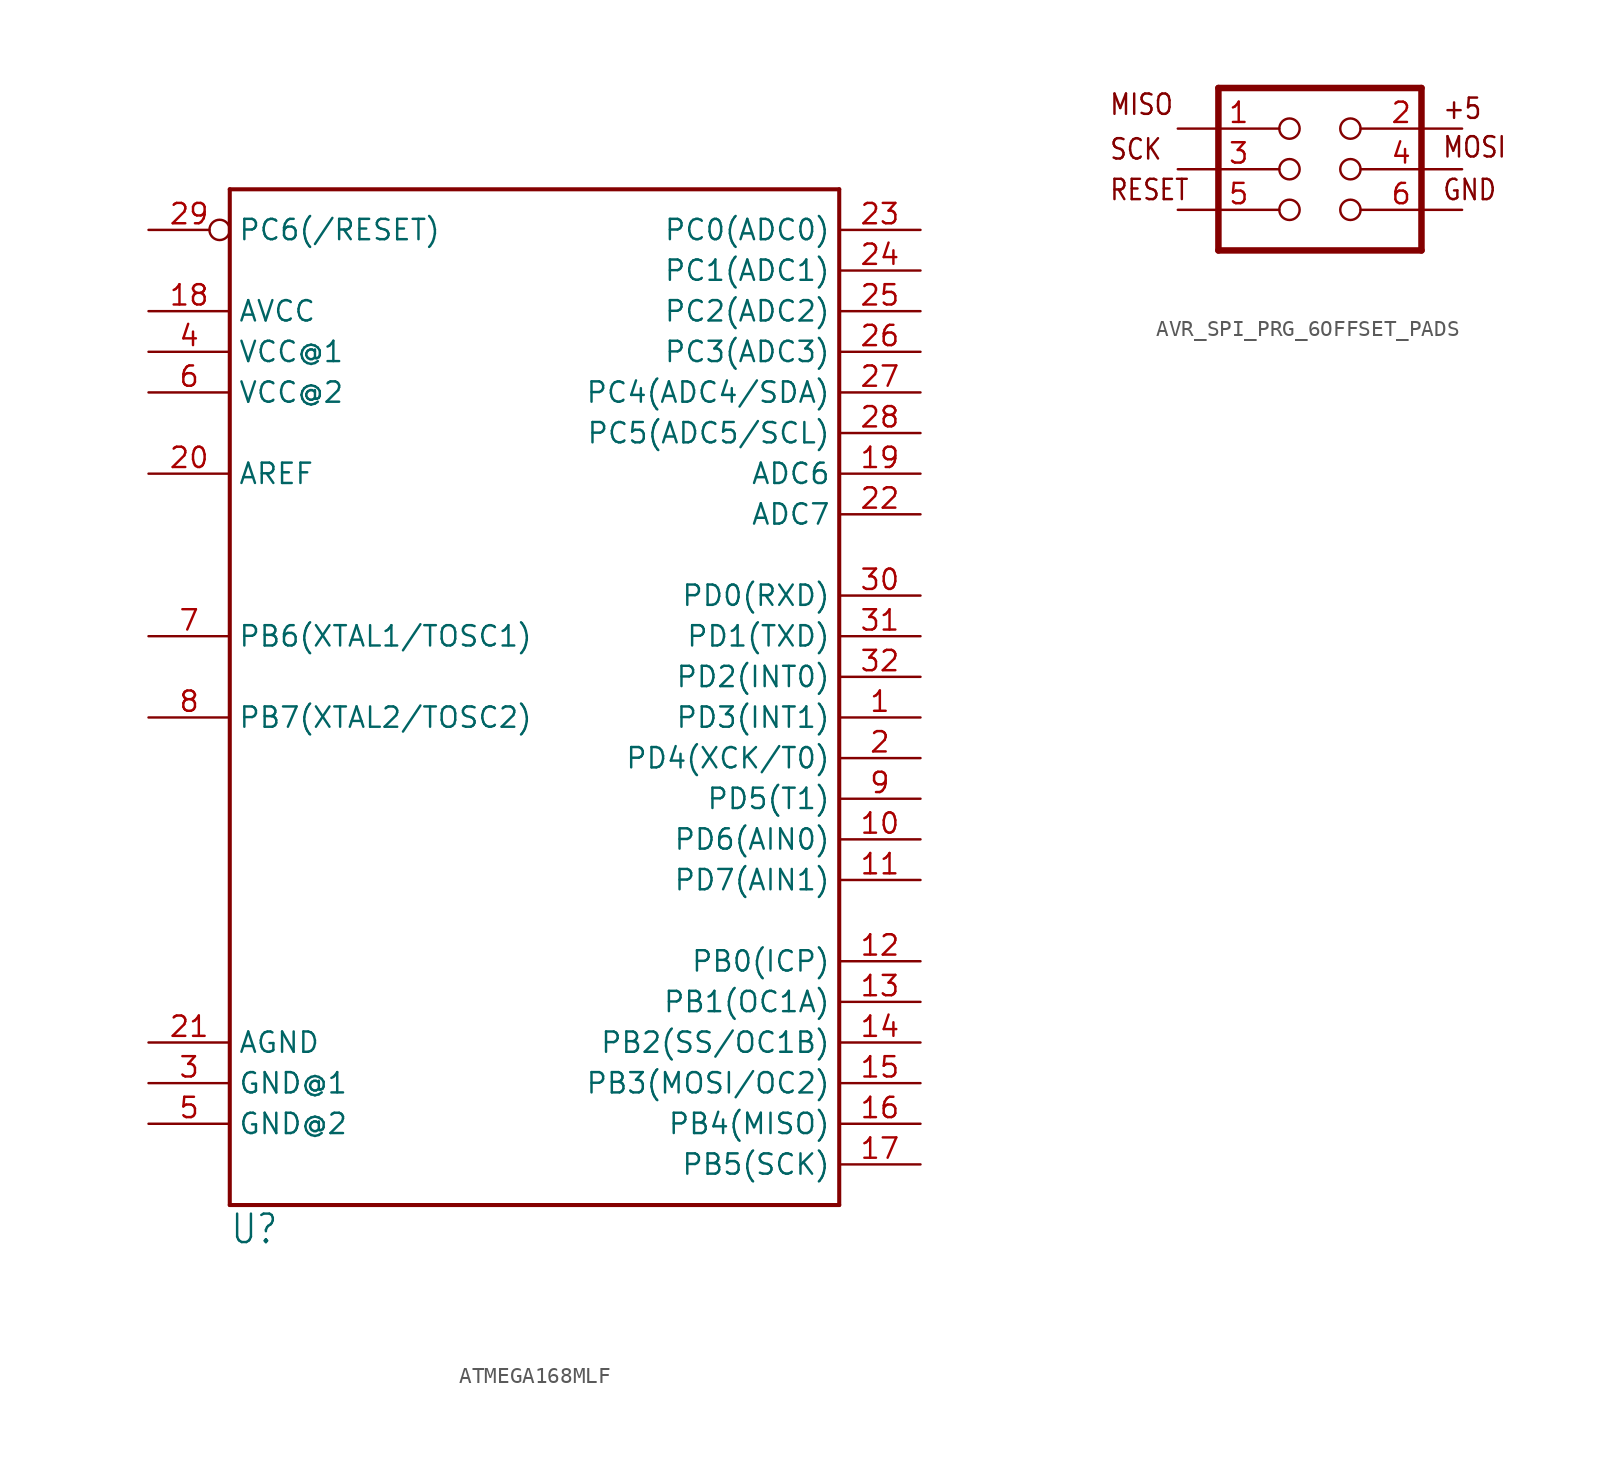
<source format=kicad_sym>
(kicad_symbol_lib
  (version 20220914)
  (generator kicad_symbol_editor)
  (symbol "ATMEGA168MLF"
    (property "Reference" "U"
      (at -17.78 -38.1 0)
      (effects (font (size 1.778 1.511)) (justify left bottom)))
    (property "Value" ""
      (at -17.78 28.448 0)
      (effects (font (size 1.778 1.511)) (justify left bottom)))
    (property "ki_locked" ""
      (at 0 0 0)
      (effects (font (size 1.27 1.27))))
    (symbol "ATMEGA168MLF_1_0"
      (polyline (pts (xy -17.78 -35.56) (xy -17.78 27.94)) (stroke (width 0.254) (type solid)) (fill (type none)))
      (polyline (pts (xy -17.78 27.94) (xy 20.32 27.94)) (stroke (width 0.254) (type solid)) (fill (type none)))
      (polyline (pts (xy 20.32 -35.56) (xy -17.78 -35.56)) (stroke (width 0.254) (type solid)) (fill (type none)))
      (polyline (pts (xy 20.32 27.94) (xy 20.32 -35.56)) (stroke (width 0.254) (type solid)) (fill (type none)))
      (pin bidirectional line (at 25.4 -5.08 180) (length 5.08) (name "PD3(INT1)" (effects (font (size 1.27 1.27)))) (number "1" (effects (font (size 1.27 1.27)))))
      (pin bidirectional line (at 25.4 -12.7 180) (length 5.08) (name "PD6(AIN0)" (effects (font (size 1.27 1.27)))) (number "10" (effects (font (size 1.27 1.27)))))
      (pin bidirectional line (at 25.4 -15.24 180) (length 5.08) (name "PD7(AIN1)" (effects (font (size 1.27 1.27)))) (number "11" (effects (font (size 1.27 1.27)))))
      (pin bidirectional line (at 25.4 -20.32 180) (length 5.08) (name "PB0(ICP)" (effects (font (size 1.27 1.27)))) (number "12" (effects (font (size 1.27 1.27)))))
      (pin bidirectional line (at 25.4 -22.86 180) (length 5.08) (name "PB1(OC1A)" (effects (font (size 1.27 1.27)))) (number "13" (effects (font (size 1.27 1.27)))))
      (pin bidirectional line (at 25.4 -25.4 180) (length 5.08) (name "PB2(SS/OC1B)" (effects (font (size 1.27 1.27)))) (number "14" (effects (font (size 1.27 1.27)))))
      (pin bidirectional line (at 25.4 -27.94 180) (length 5.08) (name "PB3(MOSI/OC2)" (effects (font (size 1.27 1.27)))) (number "15" (effects (font (size 1.27 1.27)))))
      (pin bidirectional line (at 25.4 -30.48 180) (length 5.08) (name "PB4(MISO)" (effects (font (size 1.27 1.27)))) (number "16" (effects (font (size 1.27 1.27)))))
      (pin bidirectional line (at 25.4 -33.02 180) (length 5.08) (name "PB5(SCK)" (effects (font (size 1.27 1.27)))) (number "17" (effects (font (size 1.27 1.27)))))
      (pin bidirectional line (at -22.86 20.32 0) (length 5.08) (name "AVCC" (effects (font (size 1.27 1.27)))) (number "18" (effects (font (size 1.27 1.27)))))
      (pin bidirectional line (at 25.4 10.16 180) (length 5.08) (name "ADC6" (effects (font (size 1.27 1.27)))) (number "19" (effects (font (size 1.27 1.27)))))
      (pin bidirectional line (at 25.4 -7.62 180) (length 5.08) (name "PD4(XCK/T0)" (effects (font (size 1.27 1.27)))) (number "2" (effects (font (size 1.27 1.27)))))
      (pin bidirectional line (at -22.86 10.16 0) (length 5.08) (name "AREF" (effects (font (size 1.27 1.27)))) (number "20" (effects (font (size 1.27 1.27)))))
      (pin bidirectional line (at -22.86 -25.4 0) (length 5.08) (name "AGND" (effects (font (size 1.27 1.27)))) (number "21" (effects (font (size 1.27 1.27)))))
      (pin bidirectional line (at 25.4 7.62 180) (length 5.08) (name "ADC7" (effects (font (size 1.27 1.27)))) (number "22" (effects (font (size 1.27 1.27)))))
      (pin bidirectional line (at 25.4 25.4 180) (length 5.08) (name "PC0(ADC0)" (effects (font (size 1.27 1.27)))) (number "23" (effects (font (size 1.27 1.27)))))
      (pin bidirectional line (at 25.4 22.86 180) (length 5.08) (name "PC1(ADC1)" (effects (font (size 1.27 1.27)))) (number "24" (effects (font (size 1.27 1.27)))))
      (pin bidirectional line (at 25.4 20.32 180) (length 5.08) (name "PC2(ADC2)" (effects (font (size 1.27 1.27)))) (number "25" (effects (font (size 1.27 1.27)))))
      (pin bidirectional line (at 25.4 17.78 180) (length 5.08) (name "PC3(ADC3)" (effects (font (size 1.27 1.27)))) (number "26" (effects (font (size 1.27 1.27)))))
      (pin bidirectional line (at 25.4 15.24 180) (length 5.08) (name "PC4(ADC4/SDA)" (effects (font (size 1.27 1.27)))) (number "27" (effects (font (size 1.27 1.27)))))
      (pin bidirectional line (at 25.4 12.7 180) (length 5.08) (name "PC5(ADC5/SCL)" (effects (font (size 1.27 1.27)))) (number "28" (effects (font (size 1.27 1.27)))))
      (pin bidirectional inverted (at -22.86 25.4 0) (length 5.08) (name "PC6(/RESET)" (effects (font (size 1.27 1.27)))) (number "29" (effects (font (size 1.27 1.27)))))
      (pin bidirectional line (at -22.86 -27.94 0) (length 5.08) (name "GND@1" (effects (font (size 1.27 1.27)))) (number "3" (effects (font (size 1.27 1.27)))))
      (pin bidirectional line (at 25.4 2.54 180) (length 5.08) (name "PD0(RXD)" (effects (font (size 1.27 1.27)))) (number "30" (effects (font (size 1.27 1.27)))))
      (pin bidirectional line (at 25.4 0 180) (length 5.08) (name "PD1(TXD)" (effects (font (size 1.27 1.27)))) (number "31" (effects (font (size 1.27 1.27)))))
      (pin bidirectional line (at 25.4 -2.54 180) (length 5.08) (name "PD2(INT0)" (effects (font (size 1.27 1.27)))) (number "32" (effects (font (size 1.27 1.27)))))
      (pin bidirectional line (at -22.86 17.78 0) (length 5.08) (name "VCC@1" (effects (font (size 1.27 1.27)))) (number "4" (effects (font (size 1.27 1.27)))))
      (pin bidirectional line (at -22.86 -30.48 0) (length 5.08) (name "GND@2" (effects (font (size 1.27 1.27)))) (number "5" (effects (font (size 1.27 1.27)))))
      (pin bidirectional line (at -22.86 15.24 0) (length 5.08) (name "VCC@2" (effects (font (size 1.27 1.27)))) (number "6" (effects (font (size 1.27 1.27)))))
      (pin bidirectional line (at -22.86 0 0) (length 5.08) (name "PB6(XTAL1/TOSC1)" (effects (font (size 1.27 1.27)))) (number "7" (effects (font (size 1.27 1.27)))))
      (pin bidirectional line (at -22.86 -5.08 0) (length 5.08) (name "PB7(XTAL2/TOSC2)" (effects (font (size 1.27 1.27)))) (number "8" (effects (font (size 1.27 1.27)))))
      (pin bidirectional line (at 25.4 -10.16 180) (length 5.08) (name "PD5(T1)" (effects (font (size 1.27 1.27)))) (number "9" (effects (font (size 1.27 1.27)))))))
  (symbol "AVR_SPI_PRG_6OFFSET_PADS"
    (property "Reference" ""
      (at -4.318 5.842 0)
      (effects (font (size 1.778 1.511)) (justify left bottom) hide))
    (property "Value" ""
      (at -4.064 -7.62 0)
      (effects (font (size 1.778 1.511)) (justify left bottom)))
    (property "ki_locked" ""
      (at 0 0 0)
      (effects (font (size 1.27 1.27))))
    (symbol "AVR_SPI_PRG_6OFFSET_PADS_1_0"
      (polyline (pts (xy -5.08 -5.08) (xy 7.62 -5.08)) (stroke (width 0.406) (type solid)) (fill (type none)))
      (polyline (pts (xy -5.08 5.08) (xy -5.08 -5.08)) (stroke (width 0.406) (type solid)) (fill (type none)))
      (polyline (pts (xy 7.62 -5.08) (xy 7.62 5.08)) (stroke (width 0.406) (type solid)) (fill (type none)))
      (polyline (pts (xy 7.62 5.08) (xy -5.08 5.08)) (stroke (width 0.406) (type solid)) (fill (type none)))
      (text "+5" (at 8.89 3.048 0) (effects (font (size 1.27 1.079)) (justify left bottom)))
      (text "GND" (at 8.89 -2.032 0) (effects (font (size 1.27 1.079)) (justify left bottom)))
      (text "MISO" (at -11.938 3.302 0) (effects (font (size 1.27 1.079)) (justify left bottom)))
      (text "MOSI" (at 8.89 0.635 0) (effects (font (size 1.27 1.079)) (justify left bottom)))
      (text "RESET" (at -11.938 -2.032 0) (effects (font (size 1.27 1.079)) (justify left bottom)))
      (text "SCK" (at -11.938 0.508 0) (effects (font (size 1.27 1.079)) (justify left bottom)))
      (pin passive inverted (at -7.62 2.54 0) (length 7.62) (name "1" (effects (font (size 0 0)))) (number "1" (effects (font (size 1.27 1.27)))))
      (pin passive inverted (at 10.16 2.54 180) (length 7.62) (name "2" (effects (font (size 0 0)))) (number "2" (effects (font (size 1.27 1.27)))))
      (pin passive inverted (at -7.62 0 0) (length 7.62) (name "3" (effects (font (size 0 0)))) (number "3" (effects (font (size 1.27 1.27)))))
      (pin passive inverted (at 10.16 0 180) (length 7.62) (name "4" (effects (font (size 0 0)))) (number "4" (effects (font (size 1.27 1.27)))))
      (pin passive inverted (at -7.62 -2.54 0) (length 7.62) (name "5" (effects (font (size 0 0)))) (number "5" (effects (font (size 1.27 1.27)))))
      (pin passive inverted (at 10.16 -2.54 180) (length 7.62) (name "6" (effects (font (size 0 0)))) (number "6" (effects (font (size 1.27 1.27))))))))
</source>
